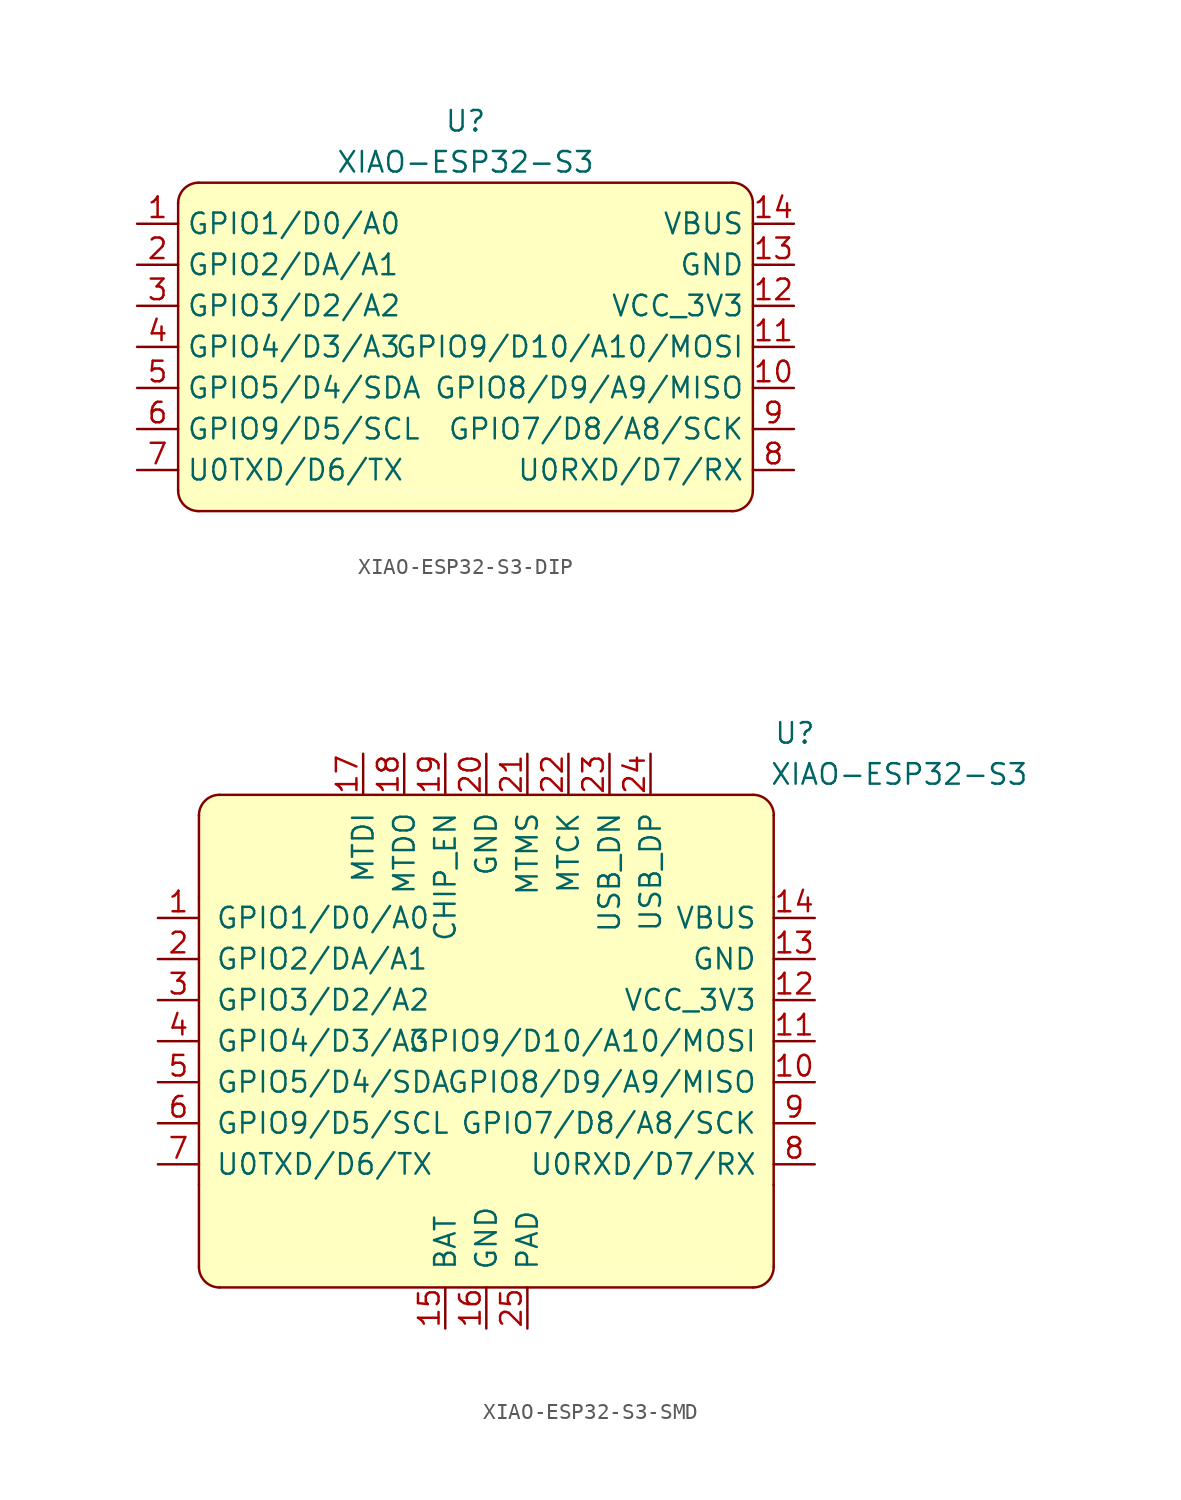
<source format=kicad_sym>
(kicad_symbol_lib
  (version 20241209)
  (generator "kicad_symbol_editor")
  (generator_version "9.0")
  (symbol "XIAO-ESP32-S3-DIP"
    (property "Reference" "U"
      (at 0 13.97 0)
      (effects (font (size 1.27 1.27))))
    (property "Value" "XIAO-ESP32-S3"
      (at 0 11.43 0)
      (effects (font (size 1.27 1.27))))
    (symbol "XIAO-ESP32-S3-DIP_1_0"
      (pin passive line (at -20.32 7.62 0) (length 2.54) (name "GPIO1/D0/A0" (effects (font (size 1.27 1.27)))) (number "1" (effects (font (size 1.27 1.27)))))
      (pin passive line (at -20.32 5.08 0) (length 2.54) (name "GPIO2/DA/A1" (effects (font (size 1.27 1.27)))) (number "2" (effects (font (size 1.27 1.27)))))
      (pin passive line (at -20.32 2.54 0) (length 2.54) (name "GPIO3/D2/A2" (effects (font (size 1.27 1.27)))) (number "3" (effects (font (size 1.27 1.27)))))
      (pin passive line (at -20.32 0 0) (length 2.54) (name "GPIO4/D3/A3" (effects (font (size 1.27 1.27)))) (number "4" (effects (font (size 1.27 1.27)))))
      (pin passive line (at -20.32 -2.54 0) (length 2.54) (name "GPIO5/D4/SDA" (effects (font (size 1.27 1.27)))) (number "5" (effects (font (size 1.27 1.27)))))
      (pin passive line (at -20.32 -5.08 0) (length 2.54) (name "GPIO9/D5/SCL" (effects (font (size 1.27 1.27)))) (number "6" (effects (font (size 1.27 1.27)))))
      (pin passive line (at -20.32 -7.62 0) (length 2.54) (name "U0TXD/D6/TX" (effects (font (size 1.27 1.27)))) (number "7" (effects (font (size 1.27 1.27)))))
      (pin passive line (at 20.32 7.62 180) (length 2.54) (name "VBUS" (effects (font (size 1.27 1.27)))) (number "14" (effects (font (size 1.27 1.27)))))
      (pin passive line (at 20.32 5.08 180) (length 2.54) (name "GND" (effects (font (size 1.27 1.27)))) (number "13" (effects (font (size 1.27 1.27)))))
      (pin passive line (at 20.32 2.54 180) (length 2.54) (name "VCC_3V3" (effects (font (size 1.27 1.27)))) (number "12" (effects (font (size 1.27 1.27)))))
      (pin passive line (at 20.32 0 180) (length 2.54) (name "GPIO9/D10/A10/MOSI" (effects (font (size 1.27 1.27)))) (number "11" (effects (font (size 1.27 1.27)))))
      (pin passive line (at 20.32 -2.54 180) (length 2.54) (name "GPIO8/D9/A9/MISO" (effects (font (size 1.27 1.27)))) (number "10" (effects (font (size 1.27 1.27)))))
      (pin passive line (at 20.32 -5.08 180) (length 2.54) (name "GPIO7/D8/A8/SCK" (effects (font (size 1.27 1.27)))) (number "9" (effects (font (size 1.27 1.27)))))
      (pin passive line (at 20.32 -7.62 180) (length 2.54) (name "U0RXD/D7/RX" (effects (font (size 1.27 1.27)))) (number "8" (effects (font (size 1.27 1.27))))))
    (symbol "XIAO-ESP32-S3-DIP_1_1"
      (rectangle (start -17.78 8.89) (end 17.78 -8.89) (stroke (width -0.0001) (type solid)) (fill (type background)))
      (polyline (pts (xy -17.78 -8.89) (xy -17.78 8.89)) (stroke (width 0) (type default)) (fill (type none)))
      (rectangle (start -16.51 10.16) (end 16.51 8.89) (stroke (width -0.0001) (type solid)) (fill (type background)))
      (polyline (pts (xy -16.51 10.16) (xy 16.51 10.16)) (stroke (width 0) (type default)) (fill (type none)))
      (circle (center -16.51 8.89) (radius 1.27) (stroke (width -0.0001) (type solid)) (fill (type background)))
      (circle (center -16.51 -8.89) (radius 1.27) (stroke (width -0.0001) (type solid)) (fill (type background)))
      (rectangle (start -16.51 -8.89) (end 16.51 -10.16) (stroke (width -0.0001) (type solid)) (fill (type background)))
      (polyline (pts (xy -16.51 -10.16) (xy 16.51 -10.16)) (stroke (width 0) (type default)) (fill (type none)))
      (arc (start -17.78 8.89) (mid -17.408 9.788) (end -16.51 10.16) (stroke (width 0) (type default)) (fill (type none)))
      (arc (start -16.51 -10.16) (mid -17.408 -9.788) (end -17.78 -8.89) (stroke (width 0) (type default)) (fill (type none)))
      (arc (start 16.51 10.16) (mid 17.408 9.788) (end 17.78 8.89) (stroke (width 0) (type default)) (fill (type none)))
      (circle (center 16.51 8.89) (radius 1.27) (stroke (width -0.0001) (type solid)) (fill (type background)))
      (circle (center 16.51 -8.89) (radius 1.27) (stroke (width -0.0001) (type solid)) (fill (type background)))
      (arc (start 17.78 -8.89) (mid 17.408 -9.788) (end 16.51 -10.16) (stroke (width 0) (type default)) (fill (type none)))
      (polyline (pts (xy 17.78 -8.89) (xy 17.78 8.89)) (stroke (width 0) (type default)) (fill (type none)))))
  (symbol "XIAO-ESP32-S3-SMD"
    (pin_names
      (offset 1.016))
    (property "Reference" "U"
      (at 17.78 19.05 0)
      (effects (font (size 1.27 1.27)) (justify left)))
    (property "Value" "XIAO-ESP32-S3"
      (at 17.526 16.51 0)
      (effects (font (size 1.27 1.27)) (justify left)))
    (symbol "XIAO-ESP32-S3-SMD_0_1"
      (polyline (pts (xy -17.78 13.97) (xy -17.78 8.89)) (stroke (width 0) (type default)) (fill (type none)))
      (polyline (pts (xy -17.78 -8.89) (xy -17.78 -13.97)) (stroke (width 0) (type default)) (fill (type none)))
      (polyline (pts (xy 17.78 13.97) (xy 17.78 8.89)) (stroke (width 0) (type default)) (fill (type none)))
      (polyline (pts (xy 17.78 -8.89) (xy 17.78 -13.97)) (stroke (width 0) (type default)) (fill (type none))))
    (symbol "XIAO-ESP32-S3-SMD_1_0"
      (pin passive line (at -20.32 7.62 0) (length 2.54) (name "GPIO1/D0/A0" (effects (font (size 1.27 1.27)))) (number "1" (effects (font (size 1.27 1.27)))))
      (pin passive line (at -20.32 5.08 0) (length 2.54) (name "GPIO2/DA/A1" (effects (font (size 1.27 1.27)))) (number "2" (effects (font (size 1.27 1.27)))))
      (pin passive line (at -20.32 2.54 0) (length 2.54) (name "GPIO3/D2/A2" (effects (font (size 1.27 1.27)))) (number "3" (effects (font (size 1.27 1.27)))))
      (pin passive line (at -20.32 0 0) (length 2.54) (name "GPIO4/D3/A3" (effects (font (size 1.27 1.27)))) (number "4" (effects (font (size 1.27 1.27)))))
      (pin passive line (at -20.32 -2.54 0) (length 2.54) (name "GPIO5/D4/SDA" (effects (font (size 1.27 1.27)))) (number "5" (effects (font (size 1.27 1.27)))))
      (pin passive line (at -20.32 -5.08 0) (length 2.54) (name "GPIO9/D5/SCL" (effects (font (size 1.27 1.27)))) (number "6" (effects (font (size 1.27 1.27)))))
      (pin passive line (at -20.32 -7.62 0) (length 2.54) (name "U0TXD/D6/TX" (effects (font (size 1.27 1.27)))) (number "7" (effects (font (size 1.27 1.27)))))
      (pin passive line (at 20.32 7.62 180) (length 2.54) (name "VBUS" (effects (font (size 1.27 1.27)))) (number "14" (effects (font (size 1.27 1.27)))))
      (pin passive line (at 20.32 5.08 180) (length 2.54) (name "GND" (effects (font (size 1.27 1.27)))) (number "13" (effects (font (size 1.27 1.27)))))
      (pin passive line (at 20.32 2.54 180) (length 2.54) (name "VCC_3V3" (effects (font (size 1.27 1.27)))) (number "12" (effects (font (size 1.27 1.27)))))
      (pin passive line (at 20.32 0 180) (length 2.54) (name "GPIO9/D10/A10/MOSI" (effects (font (size 1.27 1.27)))) (number "11" (effects (font (size 1.27 1.27)))))
      (pin passive line (at 20.32 -2.54 180) (length 2.54) (name "GPIO8/D9/A9/MISO" (effects (font (size 1.27 1.27)))) (number "10" (effects (font (size 1.27 1.27)))))
      (pin passive line (at 20.32 -5.08 180) (length 2.54) (name "GPIO7/D8/A8/SCK" (effects (font (size 1.27 1.27)))) (number "9" (effects (font (size 1.27 1.27)))))
      (pin passive line (at 20.32 -7.62 180) (length 2.54) (name "U0RXD/D7/RX" (effects (font (size 1.27 1.27)))) (number "8" (effects (font (size 1.27 1.27))))))
    (symbol "XIAO-ESP32-S3-SMD_1_1"
      (rectangle (start -17.78 13.97) (end 17.78 -13.97) (stroke (width -0.0001) (type solid)) (fill (type background)))
      (polyline (pts (xy -17.78 -8.89) (xy -17.78 8.89)) (stroke (width 0) (type default)) (fill (type none)))
      (rectangle (start -16.51 15.24) (end 16.51 13.97) (stroke (width -0.0001) (type solid)) (fill (type background)))
      (polyline (pts (xy -16.51 15.24) (xy 16.51 15.24)) (stroke (width 0) (type default)) (fill (type none)))
      (circle (center -16.51 13.97) (radius 1.27) (stroke (width -0.0001) (type solid)) (fill (type background)))
      (circle (center -16.51 -13.97) (radius 1.27) (stroke (width -0.0001) (type solid)) (fill (type background)))
      (rectangle (start -16.51 -13.97) (end 16.51 -15.24) (stroke (width -0.0001) (type solid)) (fill (type background)))
      (polyline (pts (xy -16.51 -15.24) (xy 16.51 -15.24)) (stroke (width 0) (type default)) (fill (type none)))
      (arc (start -17.78 13.97) (mid -17.408 14.868) (end -16.51 15.24) (stroke (width 0) (type default)) (fill (type none)))
      (arc (start -16.51 -15.24) (mid -17.408 -14.868) (end -17.78 -13.97) (stroke (width 0) (type default)) (fill (type none)))
      (arc (start 16.51 15.24) (mid 17.408 14.868) (end 17.78 13.97) (stroke (width 0) (type default)) (fill (type none)))
      (circle (center 16.51 13.97) (radius 1.27) (stroke (width -0.0001) (type solid)) (fill (type background)))
      (circle (center 16.51 -13.97) (radius 1.27) (stroke (width -0.0001) (type solid)) (fill (type background)))
      (arc (start 17.78 -13.97) (mid 17.408 -14.868) (end 16.51 -15.24) (stroke (width 0) (type default)) (fill (type none)))
      (polyline (pts (xy 17.78 -8.89) (xy 17.78 8.89)) (stroke (width 0) (type default)) (fill (type none)))
      (pin passive line (at -7.62 17.78 270) (length 2.54) (name "MTDI" (effects (font (size 1.27 1.27)))) (number "17" (effects (font (size 1.27 1.27)))))
      (pin passive line (at -5.08 17.78 270) (length 2.54) (name "MTDO" (effects (font (size 1.27 1.27)))) (number "18" (effects (font (size 1.27 1.27)))))
      (pin passive line (at -2.54 17.78 270) (length 2.54) (name "CHIP_EN" (effects (font (size 1.27 1.27)))) (number "19" (effects (font (size 1.27 1.27)))))
      (pin passive line (at -2.54 -17.78 90) (length 2.54) (name "BAT" (effects (font (size 1.27 1.27)))) (number "15" (effects (font (size 1.27 1.27)))))
      (pin passive line (at 0 17.78 270) (length 2.54) (name "GND" (effects (font (size 1.27 1.27)))) (number "20" (effects (font (size 1.27 1.27)))))
      (pin passive line (at 0 -17.78 90) (length 2.54) (name "GND" (effects (font (size 1.27 1.27)))) (number "16" (effects (font (size 1.27 1.27)))))
      (pin passive line (at 2.54 17.78 270) (length 2.54) (name "MTMS" (effects (font (size 1.27 1.27)))) (number "21" (effects (font (size 1.27 1.27)))))
      (pin passive line (at 2.54 -17.78 90) (length 2.54) (name "PAD" (effects (font (size 1.27 1.27)))) (number "25" (effects (font (size 1.27 1.27)))))
      (pin passive line (at 5.08 17.78 270) (length 2.54) (name "MTCK" (effects (font (size 1.27 1.27)))) (number "22" (effects (font (size 1.27 1.27)))))
      (pin passive line (at 7.62 17.78 270) (length 2.54) (name "USB_DN" (effects (font (size 1.27 1.27)))) (number "23" (effects (font (size 1.27 1.27)))))
      (pin passive line (at 10.16 17.78 270) (length 2.54) (name "USB_DP" (effects (font (size 1.27 1.27)))) (number "24" (effects (font (size 1.27 1.27))))))))
</source>
